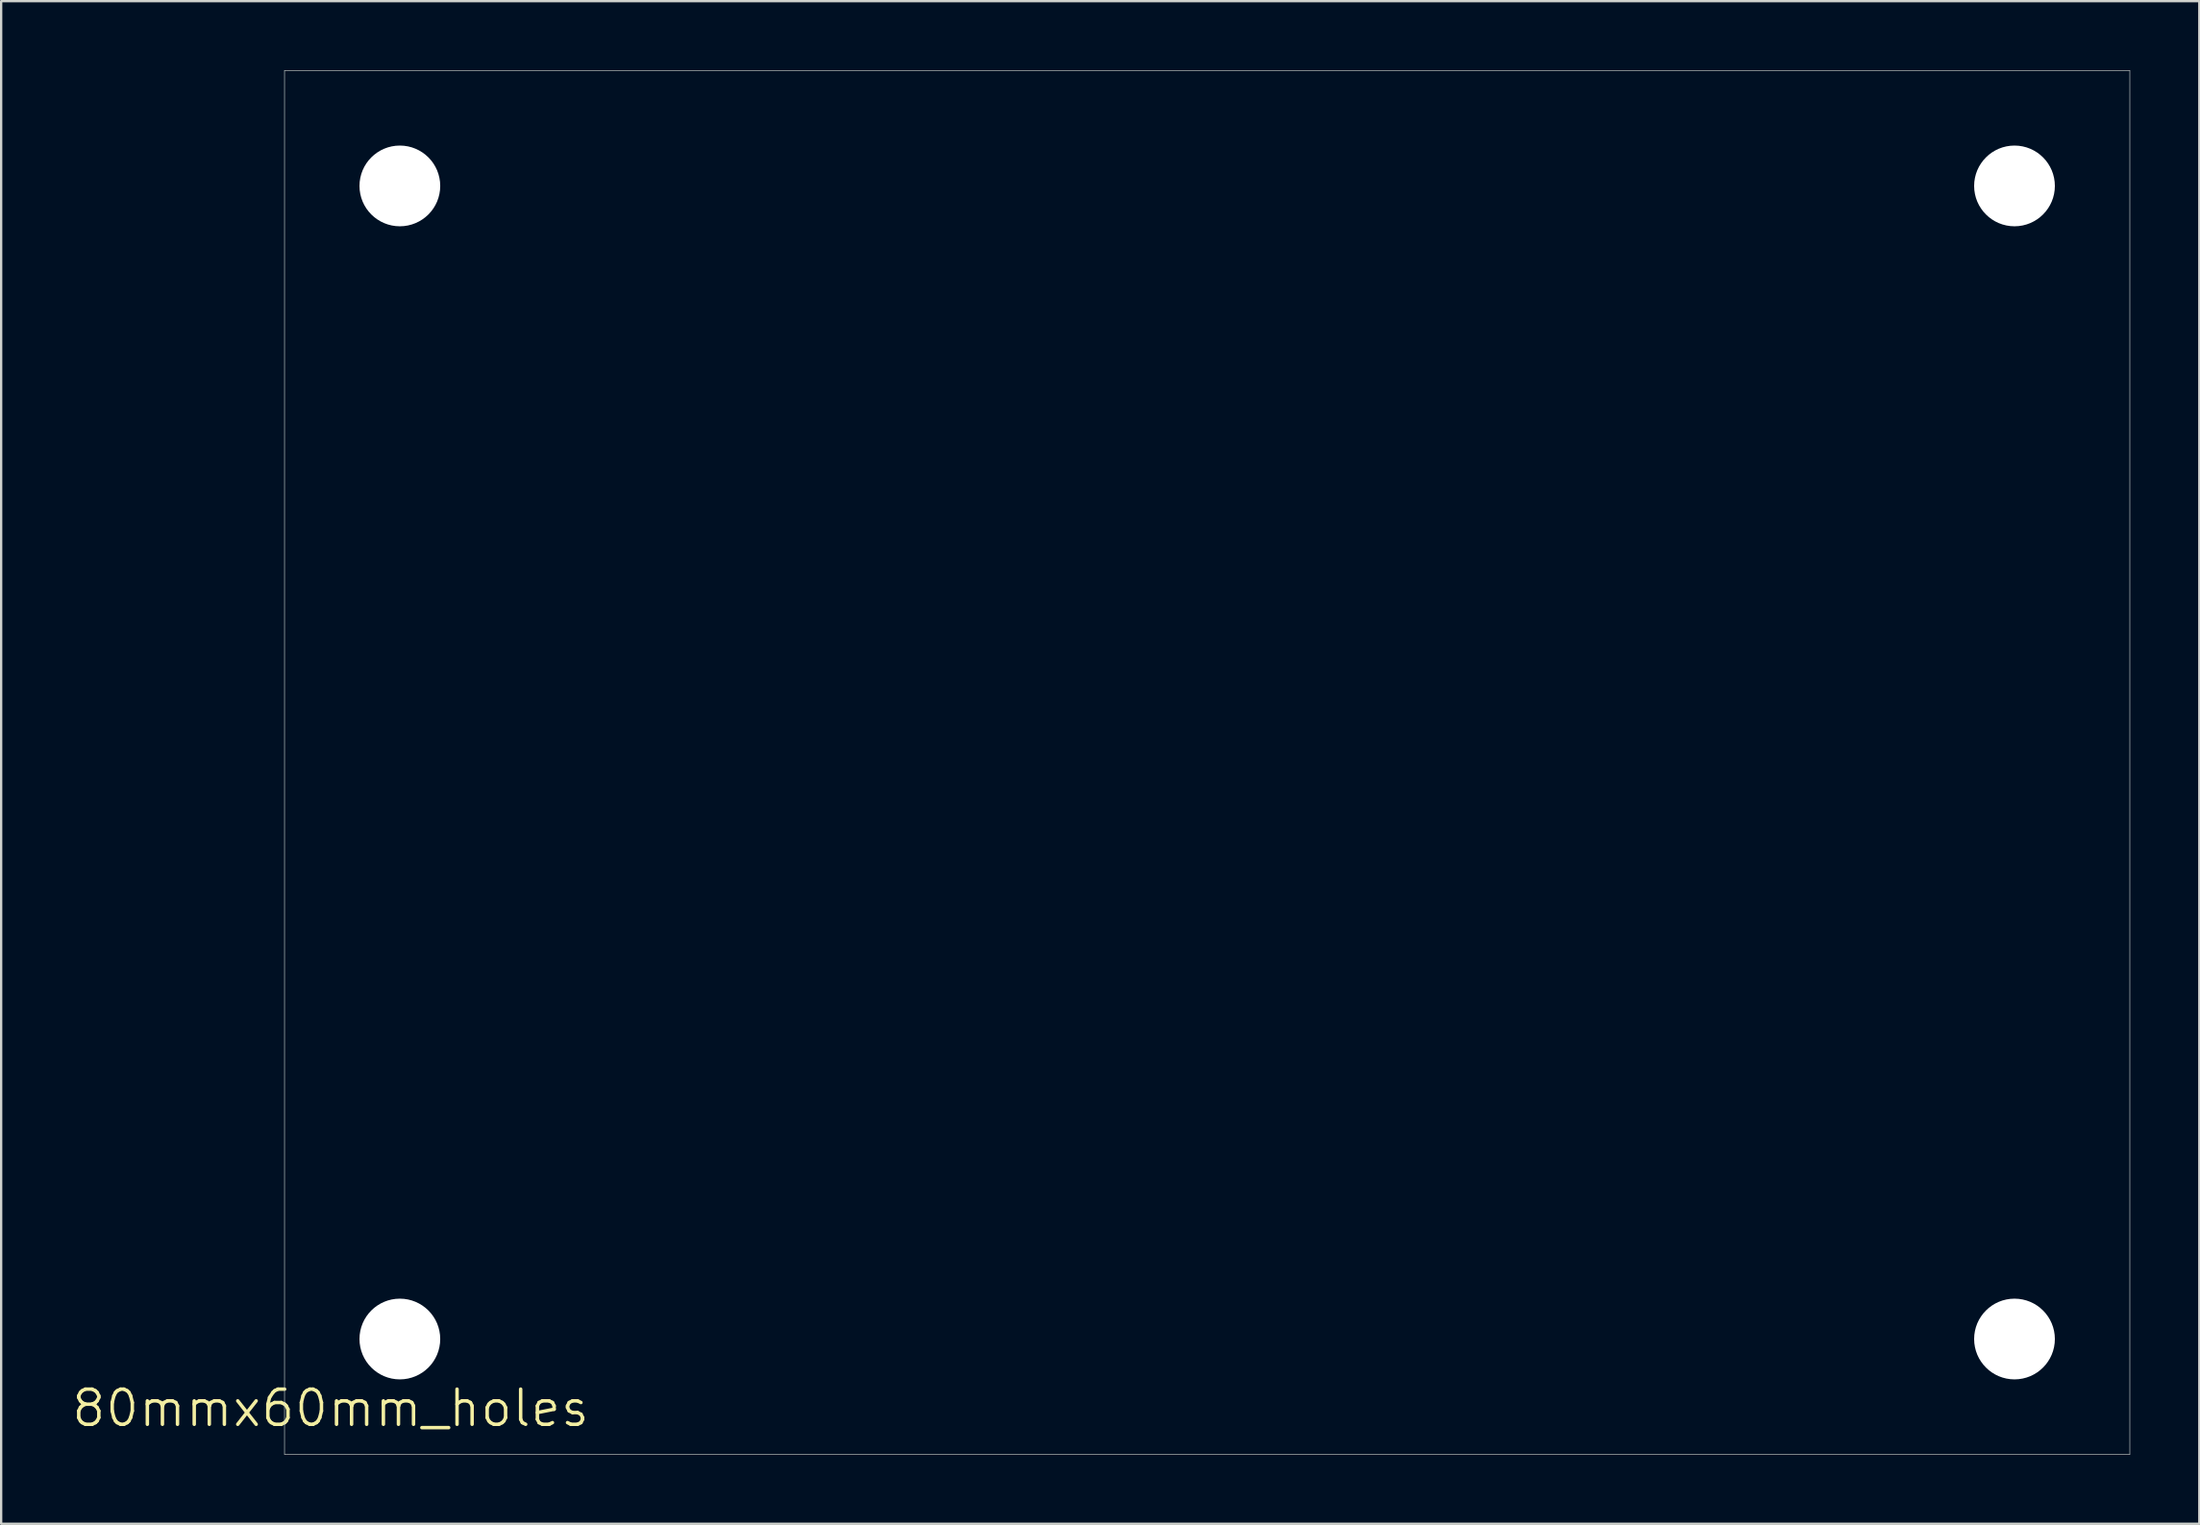
<source format=kicad_pcb>
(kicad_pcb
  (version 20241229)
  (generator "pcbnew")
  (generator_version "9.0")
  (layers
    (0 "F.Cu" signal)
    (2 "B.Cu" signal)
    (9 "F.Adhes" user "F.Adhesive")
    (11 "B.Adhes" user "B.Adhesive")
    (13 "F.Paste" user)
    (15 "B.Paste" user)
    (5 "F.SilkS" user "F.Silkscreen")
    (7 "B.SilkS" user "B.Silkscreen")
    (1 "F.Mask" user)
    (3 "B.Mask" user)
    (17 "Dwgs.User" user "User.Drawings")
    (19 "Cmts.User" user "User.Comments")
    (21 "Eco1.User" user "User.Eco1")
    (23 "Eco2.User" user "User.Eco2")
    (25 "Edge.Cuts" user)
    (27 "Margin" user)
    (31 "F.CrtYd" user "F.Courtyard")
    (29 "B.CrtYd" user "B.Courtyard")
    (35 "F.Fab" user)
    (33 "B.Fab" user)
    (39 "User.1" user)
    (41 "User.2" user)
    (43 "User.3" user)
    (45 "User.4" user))
  (footprint "80mmx60mm_holes"
    (layer "F.Cu")
    (at 49.285 30.012)
    (property "Reference" "80mmx60mm_holes" (at -38 28 0) (layer "F.SilkS") (effects (font (size 1.524 1.524) (thickness 0.15))))
    (attr through_hole)
    (fp_line (start -40 -30) (end 40 -30) (stroke (width 0.025) (type solid)) (layer "Edge.Cuts"))
    (fp_line (start -40 30) (end -40 -30) (stroke (width 0.025) (type solid)) (layer "Edge.Cuts"))
    (fp_line (start 40 -30) (end 40 30) (stroke (width 0.025) (type solid)) (layer "Edge.Cuts"))
    (fp_line (start 40 30) (end -40 30) (stroke (width 0.025) (type solid)) (layer "Edge.Cuts"))
    (pad "" np_thru_hole circle (at -35 -25) (size 3.5 3.5) (drill 3.5) (layers "*.Cu" "*.Mask"))
    (pad "" np_thru_hole circle (at -35 25) (size 3.5 3.5) (drill 3.5) (layers "*.Cu" "*.Mask"))
    (pad "" np_thru_hole circle (at 35 -25) (size 3.5 3.5) (drill 3.5) (layers "*.Cu" "*.Mask"))
    (pad "" np_thru_hole circle (at 35 25) (size 3.5 3.5) (drill 3.5) (layers "*.Cu" "*.Mask")))
  (gr_rect
    (start -3 -3)
    (end 92.297 63.025)
    (stroke (width 0.1) (type default))
    (fill no)
    (layer "Edge.Cuts")))
</source>
